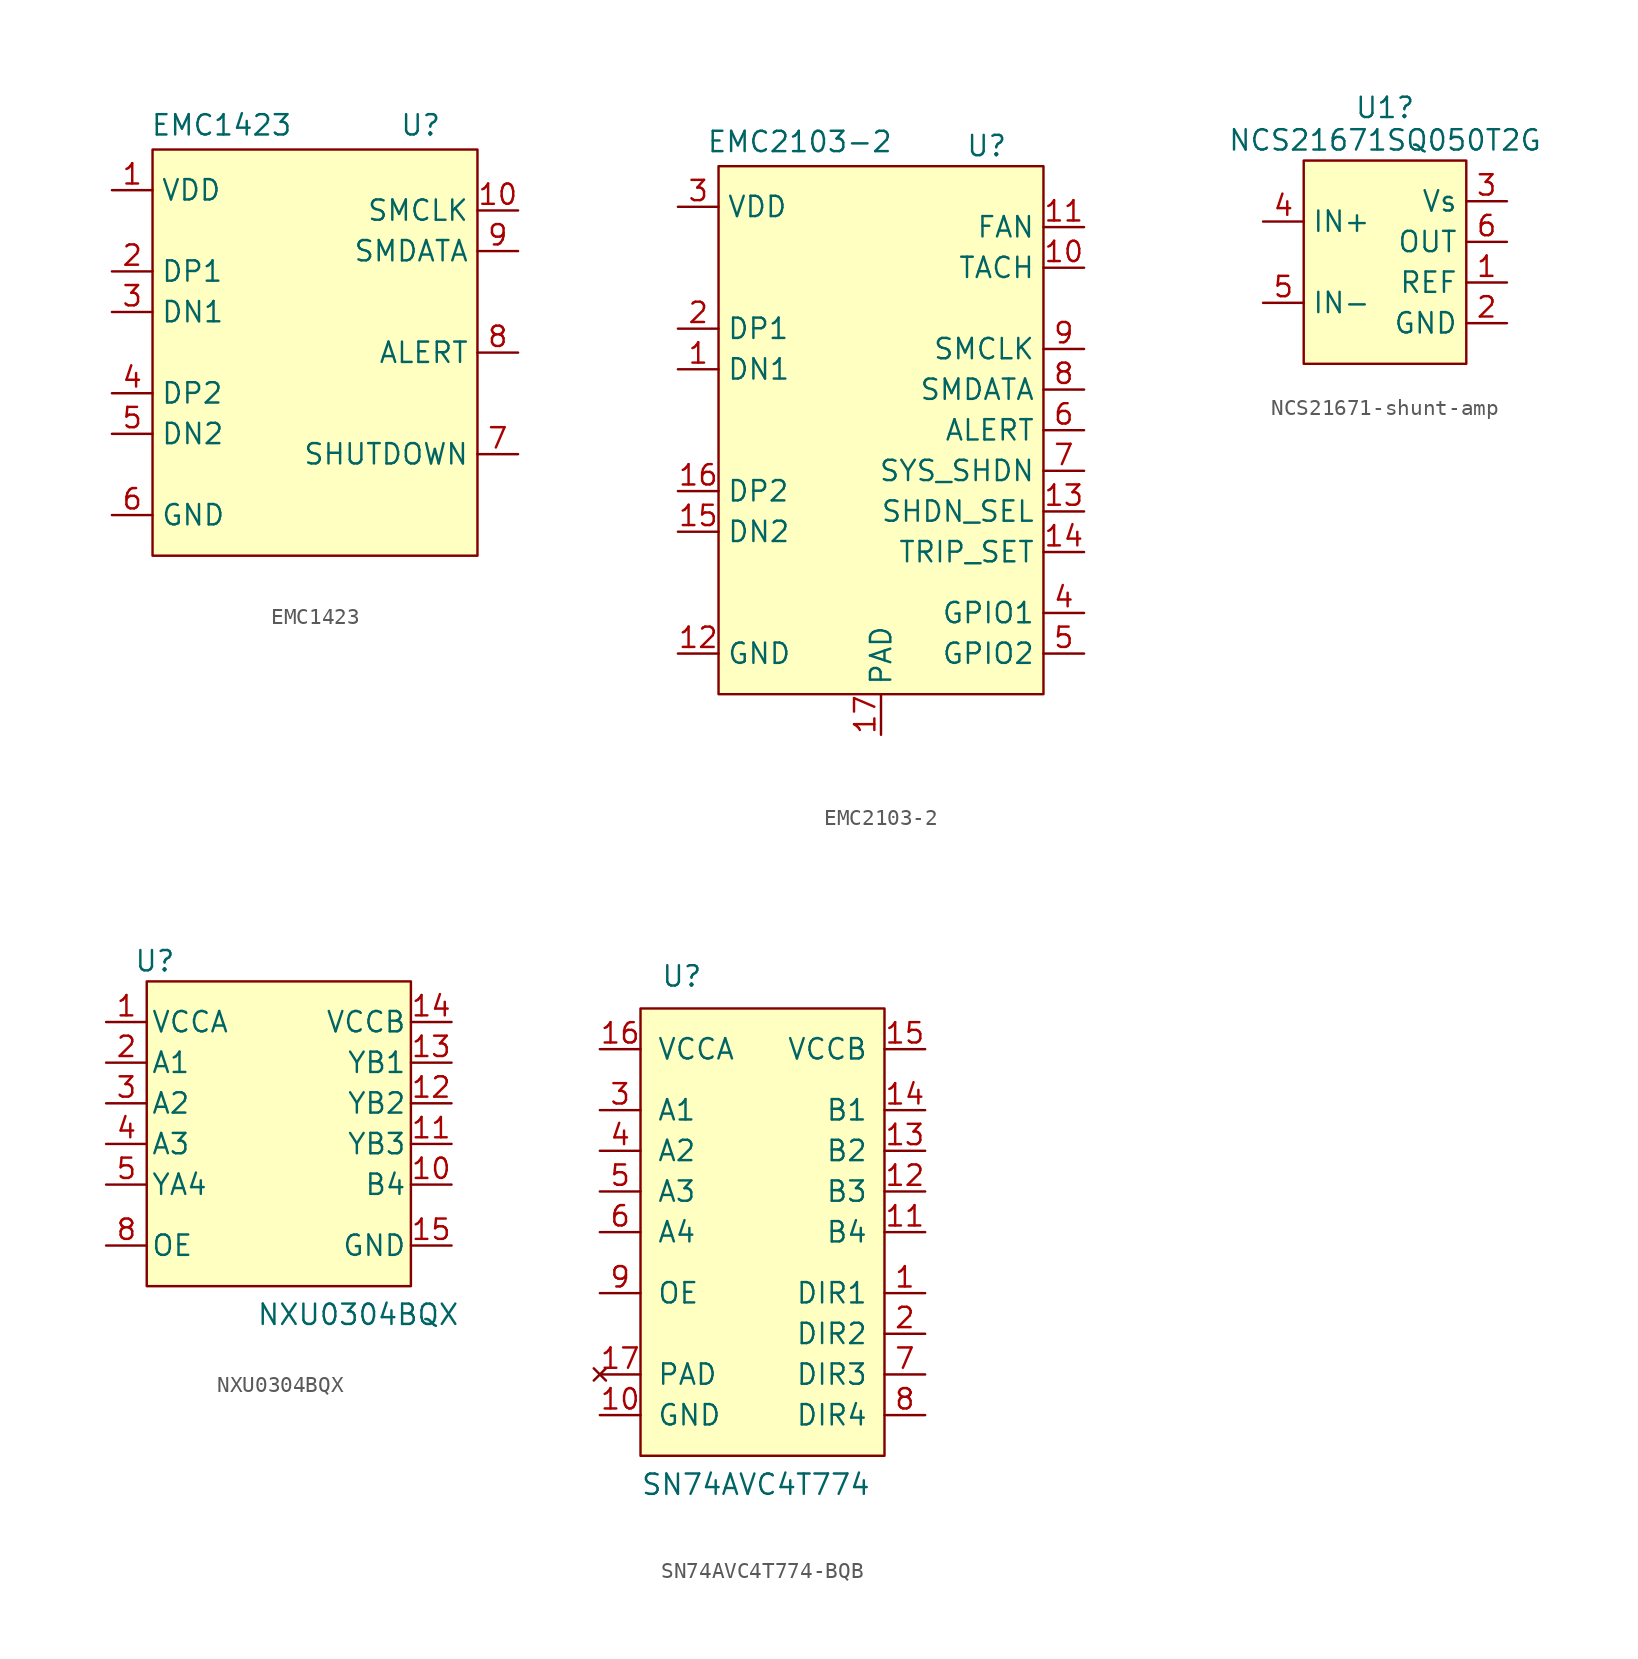
<source format=kicad_sym>
(kicad_symbol_lib
  (version 20241209)
  (generator "kicad_symbol_editor")
  (generator_version "9.0")
  (symbol "EMC1423"
    (property "Reference" "U"
      (at 6.604 14.224 0)
      (effects (font (size 1.27 1.27))))
    (property "Value" "EMC1423"
      (at -5.842 14.224 0)
      (effects (font (size 1.27 1.27))))
    (symbol "EMC1423_0_1"
      (rectangle (start -10.16 12.7) (end 10.16 -12.7) (stroke (width 0.152) (type default)) (fill (type background))))
    (symbol "EMC1423_1_1"
      (pin power_in line (at -12.7 10.16 0) (length 2.54) (name "VDD" (effects (font (size 1.27 1.27)))) (number "1" (effects (font (size 1.27 1.27)))))
      (pin input line (at -12.7 5.08 0) (length 2.54) (name "DP1" (effects (font (size 1.27 1.27)))) (number "2" (effects (font (size 1.27 1.27)))))
      (pin input line (at -12.7 2.54 0) (length 2.54) (name "DN1" (effects (font (size 1.27 1.27)))) (number "3" (effects (font (size 1.27 1.27)))))
      (pin input line (at -12.7 -2.54 0) (length 2.54) (name "DP2" (effects (font (size 1.27 1.27)))) (number "4" (effects (font (size 1.27 1.27)))))
      (pin input line (at -12.7 -5.08 0) (length 2.54) (name "DN2" (effects (font (size 1.27 1.27)))) (number "5" (effects (font (size 1.27 1.27)))))
      (pin power_in line (at -12.7 -10.16 0) (length 2.54) (name "GND" (effects (font (size 1.27 1.27)))) (number "6" (effects (font (size 1.27 1.27)))))
      (pin input line (at 12.7 8.89 180) (length 2.54) (name "SMCLK" (effects (font (size 1.27 1.27)))) (number "10" (effects (font (size 1.27 1.27)))))
      (pin input line (at 12.7 6.35 180) (length 2.54) (name "SMDATA" (effects (font (size 1.27 1.27)))) (number "9" (effects (font (size 1.27 1.27)))))
      (pin output line (at 12.7 0 180) (length 2.54) (name "ALERT" (effects (font (size 1.27 1.27)))) (number "8" (effects (font (size 1.27 1.27)))))
      (pin output line (at 12.7 -6.35 180) (length 2.54) (name "SHUTDOWN" (effects (font (size 1.27 1.27)))) (number "7" (effects (font (size 1.27 1.27)))))))
  (symbol "EMC2103-2"
    (property "Reference" "U"
      (at 6.604 17.78 0)
      (effects (font (size 1.27 1.27))))
    (property "Value" "EMC2103-2"
      (at -5.08 18.034 0)
      (effects (font (size 1.27 1.27))))
    (symbol "EMC2103-2_0_1"
      (rectangle (start -10.16 16.51) (end 10.16 -16.51) (stroke (width 0.152) (type default)) (fill (type background))))
    (symbol "EMC2103-2_1_1"
      (pin power_in line (at -12.7 13.97 0) (length 2.54) (name "VDD" (effects (font (size 1.27 1.27)))) (number "3" (effects (font (size 1.27 1.27)))))
      (pin input line (at -12.7 6.35 0) (length 2.54) (name "DP1" (effects (font (size 1.27 1.27)))) (number "2" (effects (font (size 1.27 1.27)))))
      (pin input line (at -12.7 3.81 0) (length 2.54) (name "DN1" (effects (font (size 1.27 1.27)))) (number "1" (effects (font (size 1.27 1.27)))))
      (pin input line (at -12.7 -3.81 0) (length 2.54) (name "DP2" (effects (font (size 1.27 1.27)))) (number "16" (effects (font (size 1.27 1.27)))))
      (pin input line (at -12.7 -6.35 0) (length 2.54) (name "DN2" (effects (font (size 1.27 1.27)))) (number "15" (effects (font (size 1.27 1.27)))))
      (pin power_in line (at -12.7 -13.97 0) (length 2.54) (name "GND" (effects (font (size 1.27 1.27)))) (number "12" (effects (font (size 1.27 1.27)))))
      (pin power_in line (at 0 -19.05 90) (length 2.54) (name "PAD" (effects (font (size 1.27 1.27)))) (number "17" (effects (font (size 1.27 1.27)))))
      (pin output line (at 12.7 12.7 180) (length 2.54) (name "FAN" (effects (font (size 1.27 1.27)))) (number "11" (effects (font (size 1.27 1.27)))))
      (pin input line (at 12.7 10.16 180) (length 2.54) (name "TACH" (effects (font (size 1.27 1.27)))) (number "10" (effects (font (size 1.27 1.27)))))
      (pin input line (at 12.7 5.08 180) (length 2.54) (name "SMCLK" (effects (font (size 1.27 1.27)))) (number "9" (effects (font (size 1.27 1.27)))))
      (pin input line (at 12.7 2.54 180) (length 2.54) (name "SMDATA" (effects (font (size 1.27 1.27)))) (number "8" (effects (font (size 1.27 1.27)))))
      (pin input line (at 12.7 0 180) (length 2.54) (name "ALERT" (effects (font (size 1.27 1.27)))) (number "6" (effects (font (size 1.27 1.27)))))
      (pin output line (at 12.7 -2.54 180) (length 2.54) (name "SYS_SHDN" (effects (font (size 1.27 1.27)))) (number "7" (effects (font (size 1.27 1.27)))))
      (pin output line (at 12.7 -5.08 180) (length 2.54) (name "SHDN_SEL" (effects (font (size 1.27 1.27)))) (number "13" (effects (font (size 1.27 1.27)))))
      (pin input line (at 12.7 -7.62 180) (length 2.54) (name "TRIP_SET" (effects (font (size 1.27 1.27)))) (number "14" (effects (font (size 1.27 1.27)))))
      (pin input line (at 12.7 -11.43 180) (length 2.54) (name "GPIO1" (effects (font (size 1.27 1.27)))) (number "4" (effects (font (size 1.27 1.27)))))
      (pin input line (at 12.7 -13.97 180) (length 2.54) (name "GPIO2" (effects (font (size 1.27 1.27)))) (number "5" (effects (font (size 1.27 1.27)))))))
  (symbol "NCS21671-shunt-amp"
    (property "Reference" "U1"
      (at 0 9.652 0)
      (effects (font (size 1.27 1.27))))
    (property "Value" "NCS21671SQ050T2G"
      (at 0 7.62 0)
      (effects (font (size 1.27 1.27))))
    (symbol "NCS21671-shunt-amp_0_1"
      (rectangle (start -5.08 6.35) (end 5.08 -6.35) (stroke (width 0.152) (type default)) (fill (type background))))
    (symbol "NCS21671-shunt-amp_1_1"
      (pin bidirectional line (at -7.62 2.54 0) (length 2.54) (name "IN+" (effects (font (size 1.27 1.27)))) (number "4" (effects (font (size 1.27 1.27)))))
      (pin bidirectional line (at -7.62 -2.54 0) (length 2.54) (name "IN-" (effects (font (size 1.27 1.27)))) (number "5" (effects (font (size 1.27 1.27)))))
      (pin bidirectional line (at 7.62 3.81 180) (length 2.54) (name "Vs" (effects (font (size 1.27 1.27)))) (number "3" (effects (font (size 1.27 1.27)))))
      (pin input line (at 7.62 1.27 180) (length 2.54) (name "OUT" (effects (font (size 1.27 1.27)))) (number "6" (effects (font (size 1.27 1.27)))))
      (pin bidirectional line (at 7.62 -1.27 180) (length 2.54) (name "REF" (effects (font (size 1.27 1.27)))) (number "1" (effects (font (size 1.27 1.27)))))
      (pin bidirectional line (at 7.62 -3.81 180) (length 2.54) (name "GND" (effects (font (size 1.27 1.27)))) (number "2" (effects (font (size 1.27 1.27)))))))
  (symbol "NXU0304BQX"
    (pin_names
      (offset 0.254))
    (property "Reference" "U"
      (at 8.128 3.81 0)
      (effects (font (size 1.27 1.27))))
    (property "Value" "NXU0304BQX"
      (at 20.828 -18.288 0)
      (effects (font (size 1.27 1.27))))
    (symbol "NXU0304BQX_0_1"
      (pin power_in line (at 5.08 0 0) (length 2.54) (name "VCCA" (effects (font (size 1.27 1.27)))) (number "1" (effects (font (size 1.27 1.27)))))
      (pin input line (at 5.08 -2.54 0) (length 2.54) (name "A1" (effects (font (size 1.27 1.27)))) (number "2" (effects (font (size 1.27 1.27)))))
      (pin input line (at 5.08 -5.08 0) (length 2.54) (name "A2" (effects (font (size 1.27 1.27)))) (number "3" (effects (font (size 1.27 1.27)))))
      (pin input line (at 5.08 -7.62 0) (length 2.54) (name "A3" (effects (font (size 1.27 1.27)))) (number "4" (effects (font (size 1.27 1.27)))))
      (pin output line (at 5.08 -10.16 0) (length 2.54) (name "YA4" (effects (font (size 1.27 1.27)))) (number "5" (effects (font (size 1.27 1.27)))))
      (pin input line (at 5.08 -13.97 0) (length 2.54) (name "OE" (effects (font (size 1.27 1.27)))) (number "8" (effects (font (size 1.27 1.27)))))
      (pin power_in line (at 26.67 0 180) (length 2.54) (name "VCCB" (effects (font (size 1.27 1.27)))) (number "14" (effects (font (size 1.27 1.27)))))
      (pin output line (at 26.67 -2.54 180) (length 2.54) (name "YB1" (effects (font (size 1.27 1.27)))) (number "13" (effects (font (size 1.27 1.27)))))
      (pin output line (at 26.67 -5.08 180) (length 2.54) (name "YB2" (effects (font (size 1.27 1.27)))) (number "12" (effects (font (size 1.27 1.27)))))
      (pin output line (at 26.67 -7.62 180) (length 2.54) (name "YB3" (effects (font (size 1.27 1.27)))) (number "11" (effects (font (size 1.27 1.27)))))
      (pin input line (at 26.67 -10.16 180) (length 2.54) (name "B4" (effects (font (size 1.27 1.27)))) (number "10" (effects (font (size 1.27 1.27)))))
      (pin power_out line (at 26.67 -13.97 180) (length 2.54) (name "GND" (effects (font (size 1.27 1.27)))) (number "15" (effects (font (size 1.27 1.27))))))
    (symbol "NXU0304BQX_1_1"
      (rectangle (start 7.62 2.54) (end 24.13 -16.51) (stroke (width 0) (type solid)) (fill (type background)))
      (pin no_connect line (at 15.24 -11.43 0) (length 2.54) (hide yes) (name "NC" (effects (font (size 1.27 1.27)))) (number "6" (effects (font (size 1.27 1.27)))))
      (pin no_connect line (at 15.24 -11.43 0) (length 2.54) (hide yes) (name "NC" (effects (font (size 1.27 1.27)))) (number "9" (effects (font (size 1.27 1.27)))))
      (pin power_out line (at 26.67 -13.97 180) (length 2.54) (hide yes) (name "GND" (effects (font (size 1.27 1.27)))) (number "7" (effects (font (size 1.27 1.27)))))))
  (symbol "SN74AVC4T774-BQB"
    (pin_names
      (offset 1.016))
    (property "Reference" "U"
      (at -6.35 12.7 0)
      (effects (font (size 1.27 1.27)) (justify left bottom)))
    (property "Value" "SN74AVC4T774"
      (at -7.62 -19.05 0)
      (effects (font (size 1.27 1.27)) (justify left bottom)))
    (symbol "SN74AVC4T774-BQB_0_0"
      (rectangle (start -7.62 11.43) (end 7.62 -16.51) (stroke (width 0.152) (type default)) (fill (type background))))
    (symbol "SN74AVC4T774-BQB_1_0"
      (pin power_in line (at -10.16 8.89 0) (length 2.54) (name "VCCA" (effects (font (size 1.27 1.27)))) (number "16" (effects (font (size 1.27 1.27)))))
      (pin bidirectional line (at -10.16 5.08 0) (length 2.54) (name "A1" (effects (font (size 1.27 1.27)))) (number "3" (effects (font (size 1.27 1.27)))))
      (pin bidirectional line (at -10.16 2.54 0) (length 2.54) (name "A2" (effects (font (size 1.27 1.27)))) (number "4" (effects (font (size 1.27 1.27)))))
      (pin bidirectional line (at -10.16 0 0) (length 2.54) (name "A3" (effects (font (size 1.27 1.27)))) (number "5" (effects (font (size 1.27 1.27)))))
      (pin bidirectional line (at -10.16 -2.54 0) (length 2.54) (name "A4" (effects (font (size 1.27 1.27)))) (number "6" (effects (font (size 1.27 1.27)))))
      (pin input line (at -10.16 -6.35 0) (length 2.54) (name "OE" (effects (font (size 1.27 1.27)))) (number "9" (effects (font (size 1.27 1.27)))))
      (pin power_in line (at -10.16 -13.97 0) (length 2.54) (name "GND" (effects (font (size 1.27 1.27)))) (number "10" (effects (font (size 1.27 1.27)))))
      (pin power_in line (at 10.16 8.89 180) (length 2.54) (name "VCCB" (effects (font (size 1.27 1.27)))) (number "15" (effects (font (size 1.27 1.27)))))
      (pin bidirectional line (at 10.16 5.08 180) (length 2.54) (name "B1" (effects (font (size 1.27 1.27)))) (number "14" (effects (font (size 1.27 1.27)))))
      (pin bidirectional line (at 10.16 2.54 180) (length 2.54) (name "B2" (effects (font (size 1.27 1.27)))) (number "13" (effects (font (size 1.27 1.27)))))
      (pin bidirectional line (at 10.16 0 180) (length 2.54) (name "B3" (effects (font (size 1.27 1.27)))) (number "12" (effects (font (size 1.27 1.27)))))
      (pin bidirectional line (at 10.16 -2.54 180) (length 2.54) (name "B4" (effects (font (size 1.27 1.27)))) (number "11" (effects (font (size 1.27 1.27)))))
      (pin input line (at 10.16 -6.35 180) (length 2.54) (name "DIR1" (effects (font (size 1.27 1.27)))) (number "1" (effects (font (size 1.27 1.27)))))
      (pin input line (at 10.16 -8.89 180) (length 2.54) (name "DIR2" (effects (font (size 1.27 1.27)))) (number "2" (effects (font (size 1.27 1.27)))))
      (pin input line (at 10.16 -11.43 180) (length 2.54) (name "DIR3" (effects (font (size 1.27 1.27)))) (number "7" (effects (font (size 1.27 1.27)))))
      (pin input line (at 10.16 -13.97 180) (length 2.54) (name "DIR4" (effects (font (size 1.27 1.27)))) (number "8" (effects (font (size 1.27 1.27))))))
    (symbol "SN74AVC4T774-BQB_1_1"
      (pin no_connect line (at -10.16 -11.43 0) (length 2.54) (name "PAD" (effects (font (size 1.27 1.27)))) (number "17" (effects (font (size 1.27 1.27))))))))
</source>
